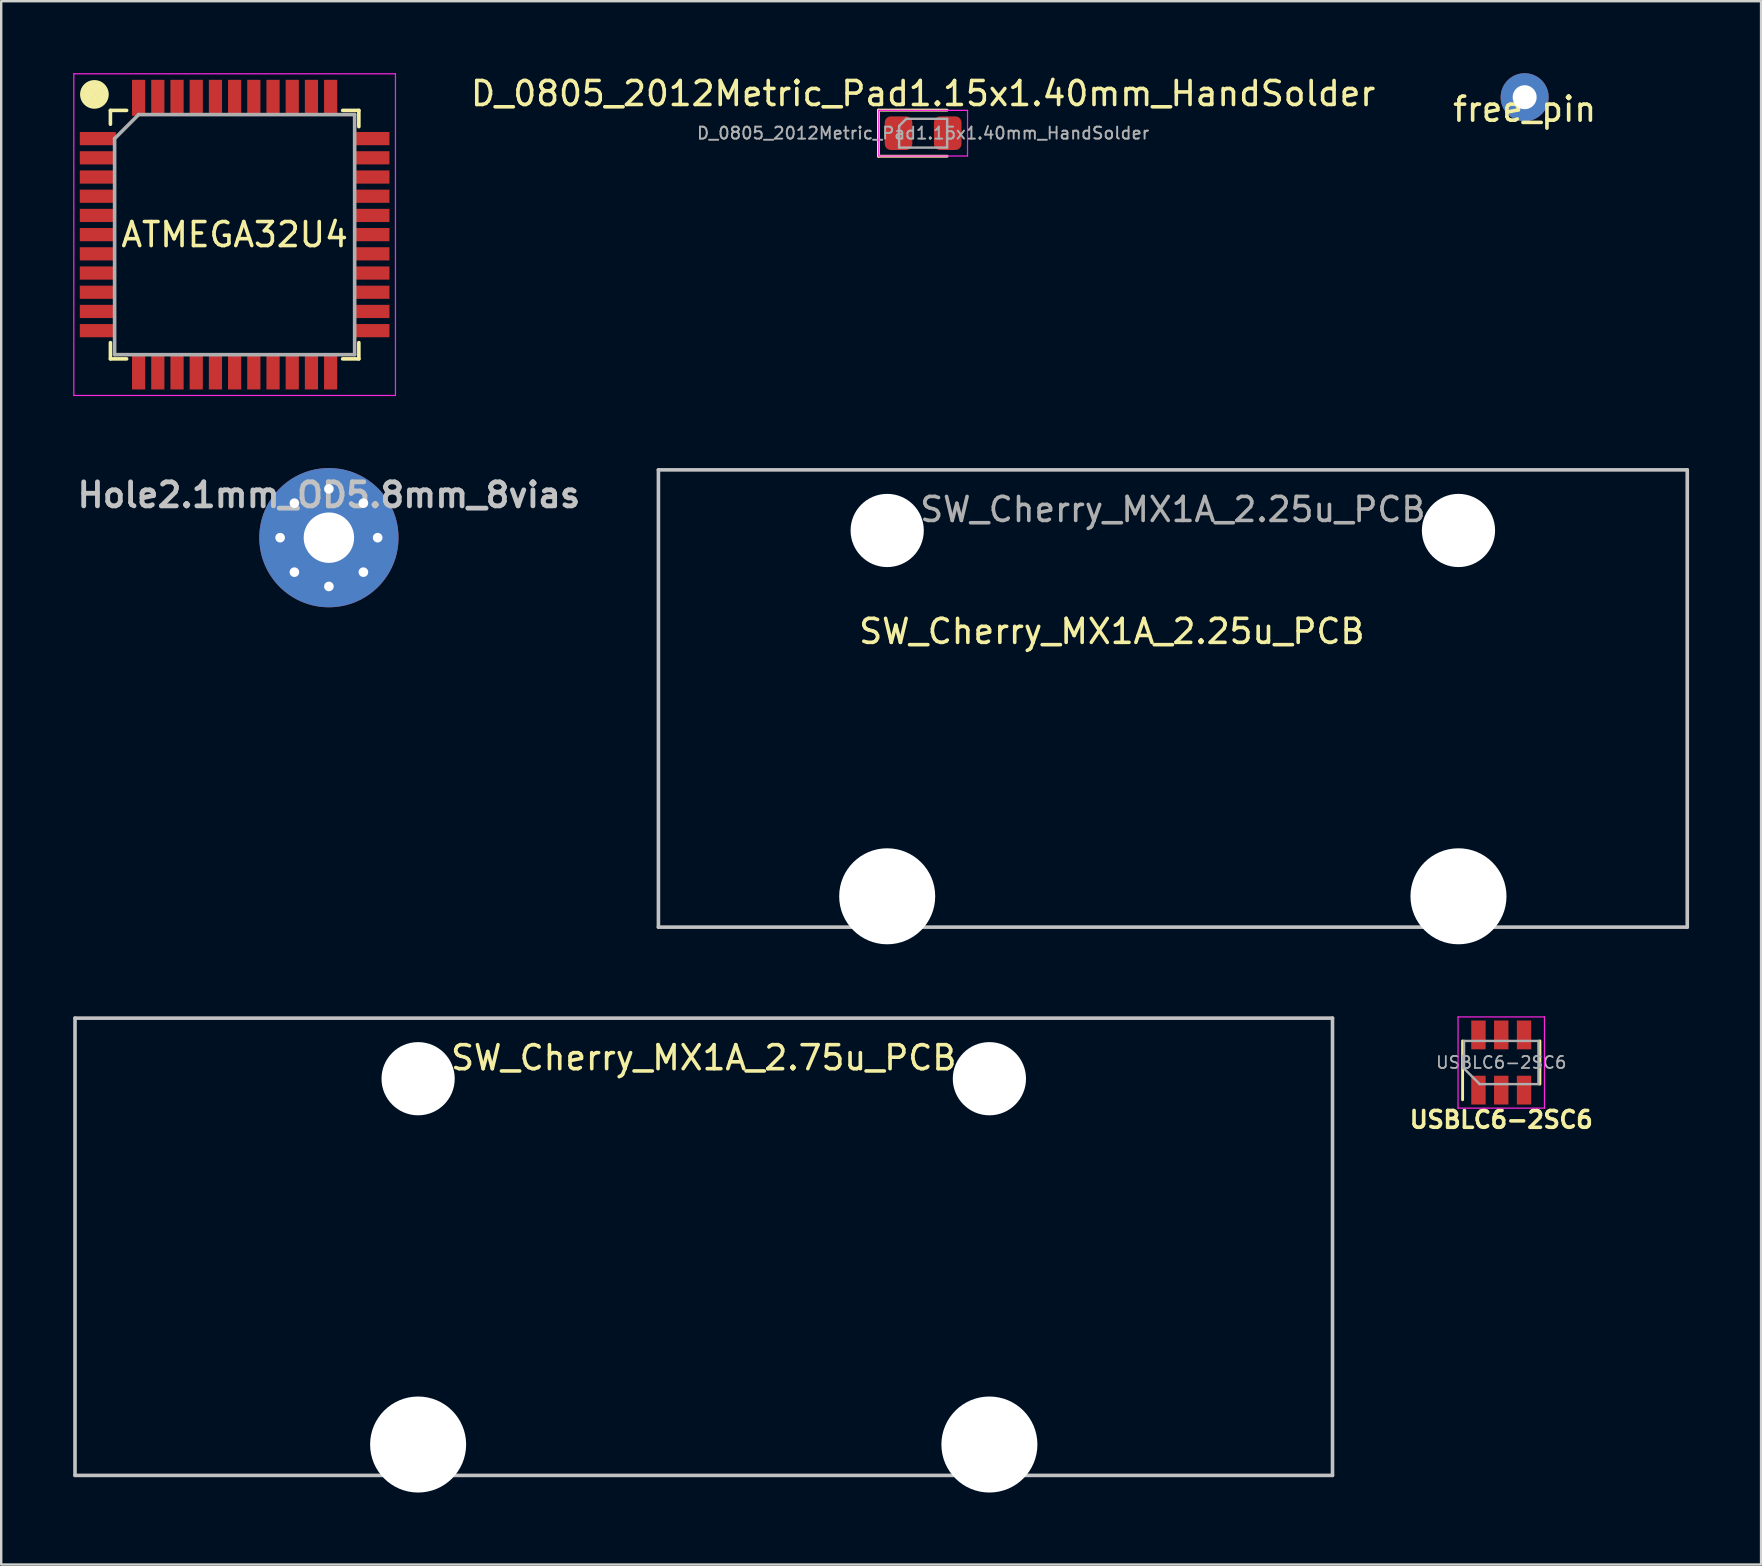
<source format=kicad_pcb>
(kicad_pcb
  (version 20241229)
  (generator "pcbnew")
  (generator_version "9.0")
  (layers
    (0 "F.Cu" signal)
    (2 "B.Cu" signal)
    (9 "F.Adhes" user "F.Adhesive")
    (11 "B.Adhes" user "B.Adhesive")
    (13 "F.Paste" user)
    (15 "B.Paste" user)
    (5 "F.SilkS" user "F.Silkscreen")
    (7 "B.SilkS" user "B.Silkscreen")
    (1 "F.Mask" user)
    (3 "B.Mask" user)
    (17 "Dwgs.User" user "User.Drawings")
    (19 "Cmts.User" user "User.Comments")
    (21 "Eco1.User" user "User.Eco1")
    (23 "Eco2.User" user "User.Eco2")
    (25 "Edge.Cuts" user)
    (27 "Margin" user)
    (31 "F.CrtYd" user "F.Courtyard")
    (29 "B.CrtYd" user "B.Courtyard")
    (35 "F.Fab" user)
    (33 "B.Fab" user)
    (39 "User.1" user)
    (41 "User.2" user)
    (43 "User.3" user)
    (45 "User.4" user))
  (footprint "SW_Cherry_MX1A_2.25u_PCB"
    (layer "F.Cu")
    (at 45.811 26.05)
    (property "Reference" "SW_Cherry_MX1A_2.25u_PCB" (at -2.54 -2.794 0) (layer "F.SilkS") (effects (font (size 1 1) (thickness 0.15))))
    (attr through_hole)
    (fp_line (start -21.431 -9.525) (end 21.431 -9.525) (stroke (width 0.15) (type solid)) (layer "Dwgs.User"))
    (fp_line (start -21.431 9.525) (end -21.431 -9.525) (stroke (width 0.15) (type solid)) (layer "Dwgs.User"))
    (fp_line (start 21.431 -9.525) (end 21.431 9.525) (stroke (width 0.15) (type solid)) (layer "Dwgs.User"))
    (fp_line (start 21.431 9.525) (end -21.431 9.525) (stroke (width 0.15) (type solid)) (layer "Dwgs.User"))
    (fp_text user "${REFERENCE}" (at 0 -7.874 0) (layer "F.Fab") (effects (font (size 1 1) (thickness 0.15))))
    (pad "" np_thru_hole circle (at -11.9 -7) (size 3.05 3.05) (drill 3.05) (layers "*.Cu" "*.Mask"))
    (pad "" np_thru_hole circle (at -11.9 8.24) (size 4 4) (drill 4) (layers "*.Cu" "*.Mask"))
    (pad "" np_thru_hole circle (at 11.9 -7) (size 3.05 3.05) (drill 3.05) (layers "*.Cu" "*.Mask"))
    (pad "" np_thru_hole circle (at 11.9 8.24) (size 4 4) (drill 4) (layers "*.Cu" "*.Mask")))
  (footprint "ATMEGA32U4"
    (layer "F.Cu")
    (at 6.725 6.725)
    (property "Reference" "ATMEGA32U4" (at 0 0 0) (layer "F.SilkS") (effects (font (size 1 1) (thickness 0.15))))
    (attr smd)
    (fp_line (start -5.969 -5.842) (end -5.842 -5.842) (stroke (width 0.15) (type solid)) (layer "F.SilkS"))
    (fp_line (start -5.175 -5.175) (end -5.175 -4.6) (stroke (width 0.15) (type solid)) (layer "F.SilkS"))
    (fp_line (start -5.175 -5.175) (end -4.5 -5.175) (stroke (width 0.15) (type solid)) (layer "F.SilkS"))
    (fp_line (start -5.175 5.175) (end -5.175 4.5) (stroke (width 0.15) (type solid)) (layer "F.SilkS"))
    (fp_line (start -5.175 5.175) (end -4.5 5.175) (stroke (width 0.15) (type solid)) (layer "F.SilkS"))
    (fp_line (start 5.175 -5.175) (end 4.5 -5.175) (stroke (width 0.15) (type solid)) (layer "F.SilkS"))
    (fp_line (start 5.175 -5.175) (end 5.175 -4.5) (stroke (width 0.15) (type solid)) (layer "F.SilkS"))
    (fp_line (start 5.175 5.175) (end 4.5 5.175) (stroke (width 0.15) (type solid)) (layer "F.SilkS"))
    (fp_line (start 5.175 5.175) (end 5.175 4.5) (stroke (width 0.15) (type solid)) (layer "F.SilkS"))
    (fp_circle (center -5.842 -5.842) (end -5.842 -5.715) (stroke (width 0.15) (type solid)) (fill no) (layer "F.SilkS"))
    (fp_circle (center -5.842 -5.842) (end -5.842 -5.588) (stroke (width 0.15) (type solid)) (fill no) (layer "F.SilkS"))
    (fp_circle (center -5.842 -5.842) (end -5.715 -5.588) (stroke (width 0.15) (type solid)) (fill no) (layer "F.SilkS"))
    (fp_circle (center -5.842 -5.842) (end -5.715 -5.461) (stroke (width 0.15) (type solid)) (fill no) (layer "F.SilkS"))
    (fp_circle (center -5.842 -5.842) (end -5.715 -5.334) (stroke (width 0.15) (type solid)) (fill no) (layer "F.SilkS"))
    (fp_line (start -6.7 -6.7) (end -6.7 6.7) (stroke (width 0.05) (type solid)) (layer "F.CrtYd"))
    (fp_line (start -6.7 -6.7) (end 6.7 -6.7) (stroke (width 0.05) (type solid)) (layer "F.CrtYd"))
    (fp_line (start -6.7 6.7) (end 6.7 6.7) (stroke (width 0.05) (type solid)) (layer "F.CrtYd"))
    (fp_line (start 6.7 -6.7) (end 6.7 6.7) (stroke (width 0.05) (type solid)) (layer "F.CrtYd"))
    (fp_line (start -5 -4) (end -4 -5) (stroke (width 0.15) (type solid)) (layer "F.Fab"))
    (fp_line (start -5 5) (end -5 -4) (stroke (width 0.15) (type solid)) (layer "F.Fab"))
    (fp_line (start -4 -5) (end 5 -5) (stroke (width 0.15) (type solid)) (layer "F.Fab"))
    (fp_line (start 5 -5) (end 5 5) (stroke (width 0.15) (type solid)) (layer "F.Fab"))
    (fp_line (start 5 5) (end -5 5) (stroke (width 0.15) (type solid)) (layer "F.Fab"))
    (pad "1" smd rect (at -5.7 -4) (size 1.5 0.55) (layers "F.Cu" "F.Mask" "F.Paste"))
    (pad "2" smd rect (at -5.7 -3.2) (size 1.5 0.55) (layers "F.Cu" "F.Mask" "F.Paste"))
    (pad "3" smd rect (at -5.7 -2.4) (size 1.5 0.55) (layers "F.Cu" "F.Mask" "F.Paste"))
    (pad "4" smd rect (at -5.7 -1.6) (size 1.5 0.55) (layers "F.Cu" "F.Mask" "F.Paste"))
    (pad "5" smd rect (at -5.7 -0.8) (size 1.5 0.55) (layers "F.Cu" "F.Mask" "F.Paste"))
    (pad "6" smd rect (at -5.7 0) (size 1.5 0.55) (layers "F.Cu" "F.Mask" "F.Paste"))
    (pad "7" smd rect (at -5.7 0.8) (size 1.5 0.55) (layers "F.Cu" "F.Mask" "F.Paste"))
    (pad "8" smd rect (at -5.7 1.6) (size 1.5 0.55) (layers "F.Cu" "F.Mask" "F.Paste"))
    (pad "9" smd rect (at -5.7 2.4) (size 1.5 0.55) (layers "F.Cu" "F.Mask" "F.Paste"))
    (pad "10" smd rect (at -5.7 3.2) (size 1.5 0.55) (layers "F.Cu" "F.Mask" "F.Paste"))
    (pad "11" smd rect (at -5.7 4) (size 1.5 0.55) (layers "F.Cu" "F.Mask" "F.Paste"))
    (pad "12" smd rect (at -4 5.7 90) (size 1.5 0.55) (layers "F.Cu" "F.Mask" "F.Paste"))
    (pad "13" smd rect (at -3.2 5.7 90) (size 1.5 0.55) (layers "F.Cu" "F.Mask" "F.Paste"))
    (pad "14" smd rect (at -2.4 5.7 90) (size 1.5 0.55) (layers "F.Cu" "F.Mask" "F.Paste"))
    (pad "15" smd rect (at -1.6 5.7 90) (size 1.5 0.55) (layers "F.Cu" "F.Mask" "F.Paste"))
    (pad "16" smd rect (at -0.8 5.7 90) (size 1.5 0.55) (layers "F.Cu" "F.Mask" "F.Paste"))
    (pad "17" smd rect (at 0 5.7 90) (size 1.5 0.55) (layers "F.Cu" "F.Mask" "F.Paste"))
    (pad "18" smd rect (at 0.8 5.7 90) (size 1.5 0.55) (layers "F.Cu" "F.Mask" "F.Paste"))
    (pad "19" smd rect (at 1.6 5.7 90) (size 1.5 0.55) (layers "F.Cu" "F.Mask" "F.Paste"))
    (pad "20" smd rect (at 2.4 5.7 90) (size 1.5 0.55) (layers "F.Cu" "F.Mask" "F.Paste"))
    (pad "21" smd rect (at 3.2 5.7 90) (size 1.5 0.55) (layers "F.Cu" "F.Mask" "F.Paste"))
    (pad "22" smd rect (at 4 5.7 90) (size 1.5 0.55) (layers "F.Cu" "F.Mask" "F.Paste"))
    (pad "23" smd rect (at 5.7 4) (size 1.5 0.55) (layers "F.Cu" "F.Mask" "F.Paste"))
    (pad "24" smd rect (at 5.7 3.2) (size 1.5 0.55) (layers "F.Cu" "F.Mask" "F.Paste"))
    (pad "25" smd rect (at 5.7 2.4) (size 1.5 0.55) (layers "F.Cu" "F.Mask" "F.Paste"))
    (pad "26" smd rect (at 5.7 1.6) (size 1.5 0.55) (layers "F.Cu" "F.Mask" "F.Paste"))
    (pad "27" smd rect (at 5.7 0.8) (size 1.5 0.55) (layers "F.Cu" "F.Mask" "F.Paste"))
    (pad "28" smd rect (at 5.7 0) (size 1.5 0.55) (layers "F.Cu" "F.Mask" "F.Paste"))
    (pad "29" smd rect (at 5.7 -0.8) (size 1.5 0.55) (layers "F.Cu" "F.Mask" "F.Paste"))
    (pad "30" smd rect (at 5.7 -1.6) (size 1.5 0.55) (layers "F.Cu" "F.Mask" "F.Paste"))
    (pad "31" smd rect (at 5.7 -2.4) (size 1.5 0.55) (layers "F.Cu" "F.Mask" "F.Paste"))
    (pad "32" smd rect (at 5.7 -3.2) (size 1.5 0.55) (layers "F.Cu" "F.Mask" "F.Paste"))
    (pad "33" smd rect (at 5.7 -4) (size 1.5 0.55) (layers "F.Cu" "F.Mask" "F.Paste"))
    (pad "34" smd rect (at 4 -5.7 90) (size 1.5 0.55) (layers "F.Cu" "F.Mask" "F.Paste"))
    (pad "35" smd rect (at 3.2 -5.7 90) (size 1.5 0.55) (layers "F.Cu" "F.Mask" "F.Paste"))
    (pad "36" smd rect (at 2.4 -5.7 90) (size 1.5 0.55) (layers "F.Cu" "F.Mask" "F.Paste"))
    (pad "37" smd rect (at 1.6 -5.7 90) (size 1.5 0.55) (layers "F.Cu" "F.Mask" "F.Paste"))
    (pad "38" smd rect (at 0.8 -5.7 90) (size 1.5 0.55) (layers "F.Cu" "F.Mask" "F.Paste"))
    (pad "39" smd rect (at 0 -5.7 90) (size 1.5 0.55) (layers "F.Cu" "F.Mask" "F.Paste"))
    (pad "40" smd rect (at -0.8 -5.7 90) (size 1.5 0.55) (layers "F.Cu" "F.Mask" "F.Paste"))
    (pad "41" smd rect (at -1.6 -5.7 90) (size 1.5 0.55) (layers "F.Cu" "F.Mask" "F.Paste"))
    (pad "42" smd rect (at -2.4 -5.7 90) (size 1.5 0.55) (layers "F.Cu" "F.Mask" "F.Paste"))
    (pad "43" smd rect (at -3.2 -5.7 90) (size 1.5 0.55) (layers "F.Cu" "F.Mask" "F.Paste"))
    (pad "44" smd rect (at -4 -5.7 90) (size 1.5 0.55) (layers "F.Cu" "F.Mask" "F.Paste")))
  (footprint "D_0805_2012Metric_Pad1.15x1.40mm_HandSolder"
    (layer "F.Cu")
    (at 35.408 2.498)
    (property "Reference" "D_0805_2012Metric_Pad1.15x1.40mm_HandSolder" (at 0 -1.65 0) (layer "F.SilkS") (effects (font (size 1 1) (thickness 0.15))))
    (attr smd)
    (fp_line (start -1.86 -0.96) (end -1.86 0.96) (stroke (width 0.12) (type solid)) (layer "F.SilkS"))
    (fp_line (start -1.86 0.96) (end 1 0.96) (stroke (width 0.12) (type solid)) (layer "F.SilkS"))
    (fp_line (start 1 -0.96) (end -1.86 -0.96) (stroke (width 0.12) (type solid)) (layer "F.SilkS"))
    (fp_line (start -1.85 -0.95) (end 1.85 -0.95) (stroke (width 0.05) (type solid)) (layer "F.CrtYd"))
    (fp_line (start -1.85 0.95) (end -1.85 -0.95) (stroke (width 0.05) (type solid)) (layer "F.CrtYd"))
    (fp_line (start 1.85 -0.95) (end 1.85 0.95) (stroke (width 0.05) (type solid)) (layer "F.CrtYd"))
    (fp_line (start 1.85 0.95) (end -1.85 0.95) (stroke (width 0.05) (type solid)) (layer "F.CrtYd"))
    (fp_line (start -1 -0.3) (end -1 0.6) (stroke (width 0.1) (type solid)) (layer "F.Fab"))
    (fp_line (start -1 0.6) (end 1 0.6) (stroke (width 0.1) (type solid)) (layer "F.Fab"))
    (fp_line (start -0.7 -0.6) (end -1 -0.3) (stroke (width 0.1) (type solid)) (layer "F.Fab"))
    (fp_line (start 1 -0.6) (end -0.7 -0.6) (stroke (width 0.1) (type solid)) (layer "F.Fab"))
    (fp_line (start 1 0.6) (end 1 -0.6) (stroke (width 0.1) (type solid)) (layer "F.Fab"))
    (fp_text user "${REFERENCE}" (at 0 0 0) (layer "F.Fab") (effects (font (size 0.5 0.5) (thickness 0.08))))
    (pad "1" smd roundrect (at -1.025 0) (size 1.15 1.4) (layers "F.Cu" "F.Mask" "F.Paste") (roundrect_rratio 0.217))
    (pad "2" smd roundrect (at 1.025 0) (size 1.15 1.4) (layers "F.Cu" "F.Mask" "F.Paste") (roundrect_rratio 0.217)))
  (footprint "free_pin"
    (layer "F.Cu")
    (at 60.468 1)
    (property "Reference" "free_pin" (at 0 0.5 0) (layer "F.SilkS") (effects (font (size 1 1) (thickness 0.15))))
    (attr through_hole)
    (pad "1" thru_hole circle (at 0 0) (size 2 2) (drill 1) (layers "*.Cu" "*.Mask")))
  (footprint "SW_Cherry_MX1A_2.75u_PCB"
    (layer "F.Cu")
    (at 26.269 48.89)
    (property "Reference" "SW_Cherry_MX1A_2.75u_PCB" (at 0 -7.874 0) (layer "F.SilkS") (effects (font (size 1 1) (thickness 0.15))))
    (attr through_hole)
    (fp_line (start -26.194 -9.525) (end 26.194 -9.525) (stroke (width 0.15) (type solid)) (layer "Dwgs.User"))
    (fp_line (start -26.194 9.525) (end -26.194 -9.525) (stroke (width 0.15) (type solid)) (layer "Dwgs.User"))
    (fp_line (start 26.194 -9.525) (end 26.194 9.525) (stroke (width 0.15) (type solid)) (layer "Dwgs.User"))
    (fp_line (start 26.194 9.525) (end -26.194 9.525) (stroke (width 0.15) (type solid)) (layer "Dwgs.User"))
    (pad "" np_thru_hole circle (at -11.9 -7) (size 3.05 3.05) (drill 3.05) (layers "*.Cu" "*.Mask"))
    (pad "" np_thru_hole circle (at -11.9 8.24) (size 4 4) (drill 4) (layers "*.Cu" "*.Mask"))
    (pad "" np_thru_hole circle (at 11.9 -7) (size 3.05 3.05) (drill 3.05) (layers "*.Cu" "*.Mask"))
    (pad "" np_thru_hole circle (at 11.9 8.24) (size 4 4) (drill 4) (layers "*.Cu" "*.Mask")))
  (footprint "USBLC6-2SC6"
    (layer "F.Cu")
    (at 59.493 41.215)
    (property "Reference" "USBLC6-2SC6" (at 0 2.381 180) (layer "F.SilkS") (effects (font (size 0.7 0.7) (thickness 0.15))))
    (attr smd)
    (fp_line (start -1.61 -0.9) (end -1.61 1.55) (stroke (width 0.12) (type solid)) (layer "F.SilkS"))
    (fp_line (start 1.61 0.9) (end 1.61 -0.9) (stroke (width 0.12) (type solid)) (layer "F.SilkS"))
    (fp_line (start -1.8 -1.9) (end -1.8 1.9) (stroke (width 0.05) (type solid)) (layer "F.CrtYd"))
    (fp_line (start -1.8 1.9) (end 1.8 1.9) (stroke (width 0.05) (type solid)) (layer "F.CrtYd"))
    (fp_line (start 1.8 -1.9) (end -1.8 -1.9) (stroke (width 0.05) (type solid)) (layer "F.CrtYd"))
    (fp_line (start 1.8 1.9) (end 1.8 -1.9) (stroke (width 0.05) (type solid)) (layer "F.CrtYd"))
    (fp_line (start -1.55 -0.9) (end -1.55 0.25) (stroke (width 0.1) (type solid)) (layer "F.Fab"))
    (fp_line (start -1.55 -0.9) (end 1.55 -0.9) (stroke (width 0.1) (type solid)) (layer "F.Fab"))
    (fp_line (start -0.9 0.9) (end -1.55 0.25) (stroke (width 0.1) (type solid)) (layer "F.Fab"))
    (fp_line (start -0.9 0.9) (end 1.55 0.9) (stroke (width 0.1) (type solid)) (layer "F.Fab"))
    (fp_line (start 1.55 -0.9) (end 1.55 0.9) (stroke (width 0.1) (type solid)) (layer "F.Fab"))
    (fp_text user "${REFERENCE}" (at 0 0 180) (layer "F.Fab") (effects (font (size 0.5 0.5) (thickness 0.075))))
    (pad "1" smd rect (at -0.95 1.15) (size 0.6 1.2) (layers "F.Cu" "F.Mask" "F.Paste"))
    (pad "2" smd rect (at 0 1.15) (size 0.6 1.2) (layers "F.Cu" "F.Mask" "F.Paste"))
    (pad "3" smd rect (at 0.95 1.15) (size 0.6 1.2) (layers "F.Cu" "F.Mask" "F.Paste"))
    (pad "4" smd rect (at 0.95 -1.15) (size 0.6 1.2) (layers "F.Cu" "F.Mask" "F.Paste"))
    (pad "5" smd rect (at 0 -1.15) (size 0.6 1.2) (layers "F.Cu" "F.Mask" "F.Paste"))
    (pad "6" smd rect (at -0.95 -1.15) (size 0.6 1.2) (layers "F.Cu" "F.Mask" "F.Paste")))
  (footprint "Hole2.1mm_OD5.8mm_8vias"
    (layer "F.Cu")
    (at 10.652 19.35)
    (property "Reference" "Hole2.1mm_OD5.8mm_8vias" (at 0 -1.778 0) (layer "Dwgs.User") (effects (font (size 1 1) (thickness 0.2))))
    (attr through_hole)
    (pad "" thru_hole circle (at -2.032 0) (size 0.6 0.6) (drill 0.4) (layers "*.Cu" "*.Mask"))
    (pad "" thru_hole circle (at -1.437 -1.437 315) (size 0.6 0.6) (drill 0.4) (layers "*.Cu" "*.Mask"))
    (pad "" thru_hole circle (at -1.437 1.437 45) (size 0.6 0.6) (drill 0.4) (layers "*.Cu" "*.Mask"))
    (pad "" thru_hole circle (at 0 -2.032 270) (size 0.6 0.6) (drill 0.4) (layers "*.Cu" "*.Mask"))
    (pad "" thru_hole circle (at 0 0 270) (size 5.8 5.8) (drill 2.1) (layers "*.Cu" "*.Mask"))
    (pad "" thru_hole circle (at 0 2.032 90) (size 0.6 0.6) (drill 0.4) (layers "*.Cu" "*.Mask"))
    (pad "" thru_hole circle (at 1.437 -1.437 225) (size 0.6 0.6) (drill 0.4) (layers "*.Cu" "*.Mask"))
    (pad "" thru_hole circle (at 1.437 1.437 135) (size 0.6 0.6) (drill 0.4) (layers "*.Cu" "*.Mask"))
    (pad "" thru_hole circle (at 2.032 0 180) (size 0.6 0.6) (drill 0.4) (layers "*.Cu" "*.Mask")))
  (gr_rect
    (start -3 -3)
    (end 70.317 62.13)
    (stroke (width 0.1) (type default))
    (fill no)
    (layer "Edge.Cuts")))
</source>
